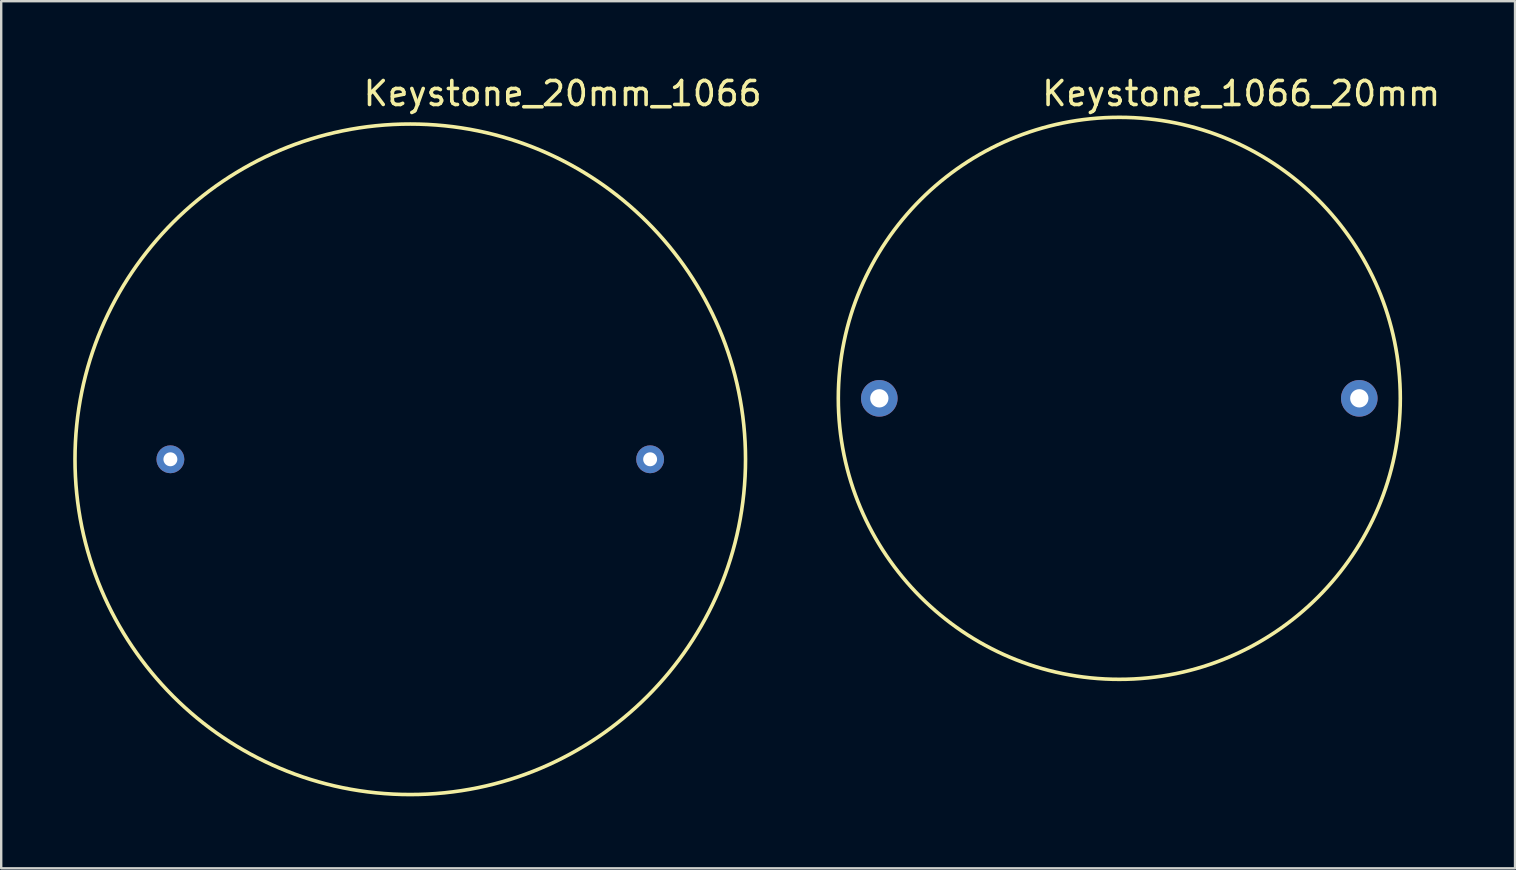
<source format=kicad_pcb>
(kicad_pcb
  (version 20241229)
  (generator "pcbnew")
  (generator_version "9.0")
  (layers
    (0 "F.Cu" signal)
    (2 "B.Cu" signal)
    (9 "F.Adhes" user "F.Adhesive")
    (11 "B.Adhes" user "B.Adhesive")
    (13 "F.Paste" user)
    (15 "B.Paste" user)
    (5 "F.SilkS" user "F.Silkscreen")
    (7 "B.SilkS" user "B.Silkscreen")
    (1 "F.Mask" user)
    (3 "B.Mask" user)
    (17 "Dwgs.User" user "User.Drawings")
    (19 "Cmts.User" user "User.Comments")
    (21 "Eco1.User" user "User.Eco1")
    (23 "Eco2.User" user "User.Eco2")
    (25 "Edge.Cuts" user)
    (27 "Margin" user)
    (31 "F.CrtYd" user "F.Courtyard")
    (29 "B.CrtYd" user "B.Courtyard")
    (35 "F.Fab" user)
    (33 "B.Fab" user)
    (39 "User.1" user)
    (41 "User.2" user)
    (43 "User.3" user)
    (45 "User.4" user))
  (footprint "Keystone_1066_20mm"
    (layer "F.Cu")
    (at 43.59 13.548)
    (property "Reference" "Keystone_1066_20mm" (at 5.08 -12.7 0) (layer "F.SilkS") (effects (font (size 1 1) (thickness 0.15))))
    (attr through_hole)
    (fp_circle (center 0 0) (end 7.62 8.89) (stroke (width 0.15) (type solid)) (fill no) (layer "F.SilkS"))
    (pad "1" thru_hole circle (at 10 0) (size 1.524 1.524) (drill 0.762) (layers "*.Cu" "*.Mask"))
    (pad "2" thru_hole circle (at -10 0) (size 1.524 1.524) (drill 0.762) (layers "*.Cu" "*.Mask")))
  (footprint "Keystone_20mm_1066"
    (layer "F.Cu")
    (at 14.045 16.088)
    (property "Reference" "Keystone_20mm_1066" (at 6.35 -15.24 0) (layer "F.SilkS") (effects (font (size 1 1) (thickness 0.15))))
    (attr through_hole)
    (fp_circle (center 0 0) (end 13.97 0) (stroke (width 0.15) (type solid)) (fill no) (layer "F.SilkS"))
    (pad "1" thru_hole circle (at 9.995 0) (size 1.16 1.16) (drill 0.58) (layers "*.Cu" "*.Mask"))
    (pad "2" thru_hole circle (at -9.995 0) (size 1.16 1.16) (drill 0.58) (layers "*.Cu" "*.Mask")))
  (gr_rect
    (start -3 -3)
    (end 60.08 33.133)
    (stroke (width 0.1) (type default))
    (fill no)
    (layer "Edge.Cuts")))
</source>
